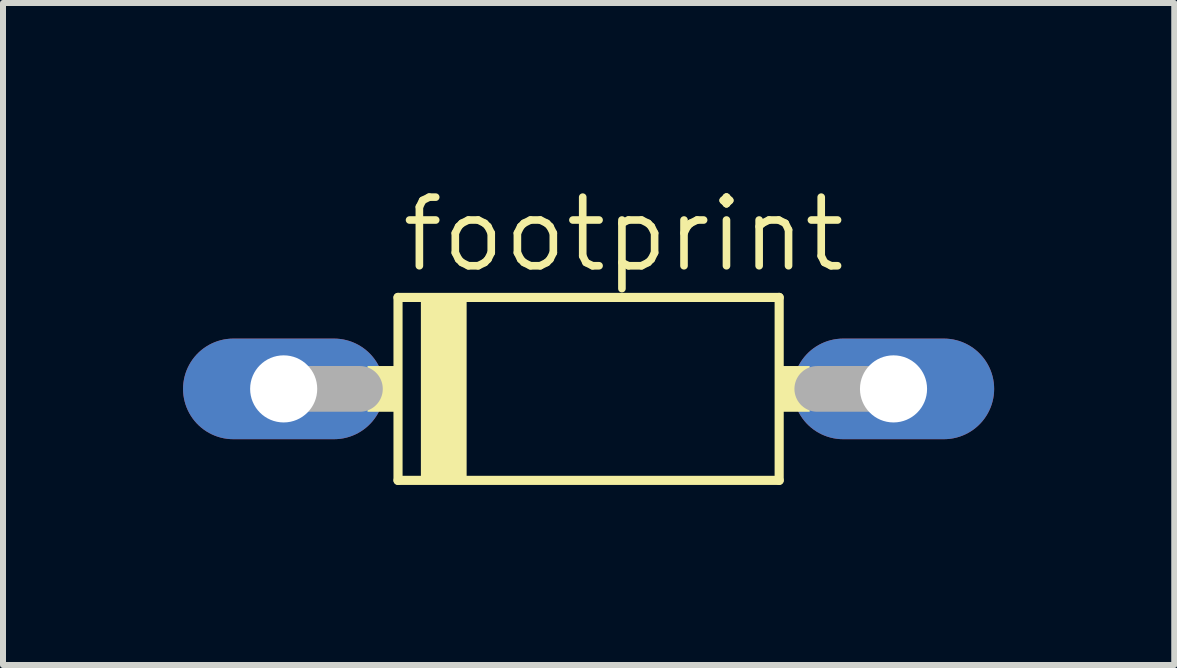
<source format=kicad_pcb>
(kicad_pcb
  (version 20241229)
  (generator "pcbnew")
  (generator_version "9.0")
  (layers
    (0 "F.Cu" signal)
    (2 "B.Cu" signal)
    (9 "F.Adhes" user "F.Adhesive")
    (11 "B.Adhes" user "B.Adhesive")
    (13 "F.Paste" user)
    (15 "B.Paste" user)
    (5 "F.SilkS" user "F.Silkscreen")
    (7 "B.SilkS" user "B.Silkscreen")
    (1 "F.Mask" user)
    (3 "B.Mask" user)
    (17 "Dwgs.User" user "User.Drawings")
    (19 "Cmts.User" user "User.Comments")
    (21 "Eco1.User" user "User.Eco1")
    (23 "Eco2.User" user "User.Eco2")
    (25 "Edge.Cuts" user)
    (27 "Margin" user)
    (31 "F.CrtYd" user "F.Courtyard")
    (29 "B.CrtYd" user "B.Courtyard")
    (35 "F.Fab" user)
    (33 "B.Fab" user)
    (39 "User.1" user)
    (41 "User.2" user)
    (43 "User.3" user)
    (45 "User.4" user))
  (footprint "footprint"
    (layer "F.Cu")
    (at 6.756 3.429)
    (property "Reference" "footprint" (at -3.175 -1.905 0) (layer "F.SilkS") (effects (font (size 1.143 1.143) (thickness 0.127)) (justify left bottom)))
    (fp_line (start -3.175 -1.524) (end -3.175 1.524) (stroke (width 0.152) (type solid)) (layer "F.SilkS"))
    (fp_line (start -3.175 1.524) (end 3.175 1.524) (stroke (width 0.152) (type solid)) (layer "F.SilkS"))
    (fp_line (start 3.175 -1.524) (end -3.175 -1.524) (stroke (width 0.152) (type solid)) (layer "F.SilkS"))
    (fp_line (start 3.175 1.524) (end 3.175 -1.524) (stroke (width 0.152) (type solid)) (layer "F.SilkS"))
    (fp_poly (pts (xy -3.683 0.381) (xy -3.175 0.381) (xy -3.175 -0.381) (xy -3.683 -0.381)) (stroke (width 0) (type solid)) (fill yes) (layer "F.SilkS"))
    (fp_poly (pts (xy -2.794 1.524) (xy -2.032 1.524) (xy -2.032 -1.524) (xy -2.794 -1.524)) (stroke (width 0) (type solid)) (fill yes) (layer "F.SilkS"))
    (fp_poly (pts (xy 3.175 0.381) (xy 3.683 0.381) (xy 3.683 -0.381) (xy 3.175 -0.381)) (stroke (width 0) (type solid)) (fill yes) (layer "F.SilkS"))
    (fp_line (start -5.08 0) (end -3.81 0) (stroke (width 0.762) (type solid)) (layer "F.Fab"))
    (fp_line (start 5.08 0) (end 3.81 0) (stroke (width 0.762) (type solid)) (layer "F.Fab"))
    (pad "A" thru_hole oval (at 5.08 0) (size 3.353 1.676) (drill 1.118) (layers "*.Cu" "*.Mask"))
    (pad "C" thru_hole oval (at -5.08 0) (size 3.353 1.676) (drill 1.118) (layers "*.Cu" "*.Mask")))
  (gr_rect
    (start -3 -3)
    (end 16.513 8.029)
    (stroke (width 0.1) (type default))
    (fill no)
    (layer "Edge.Cuts")))
</source>
